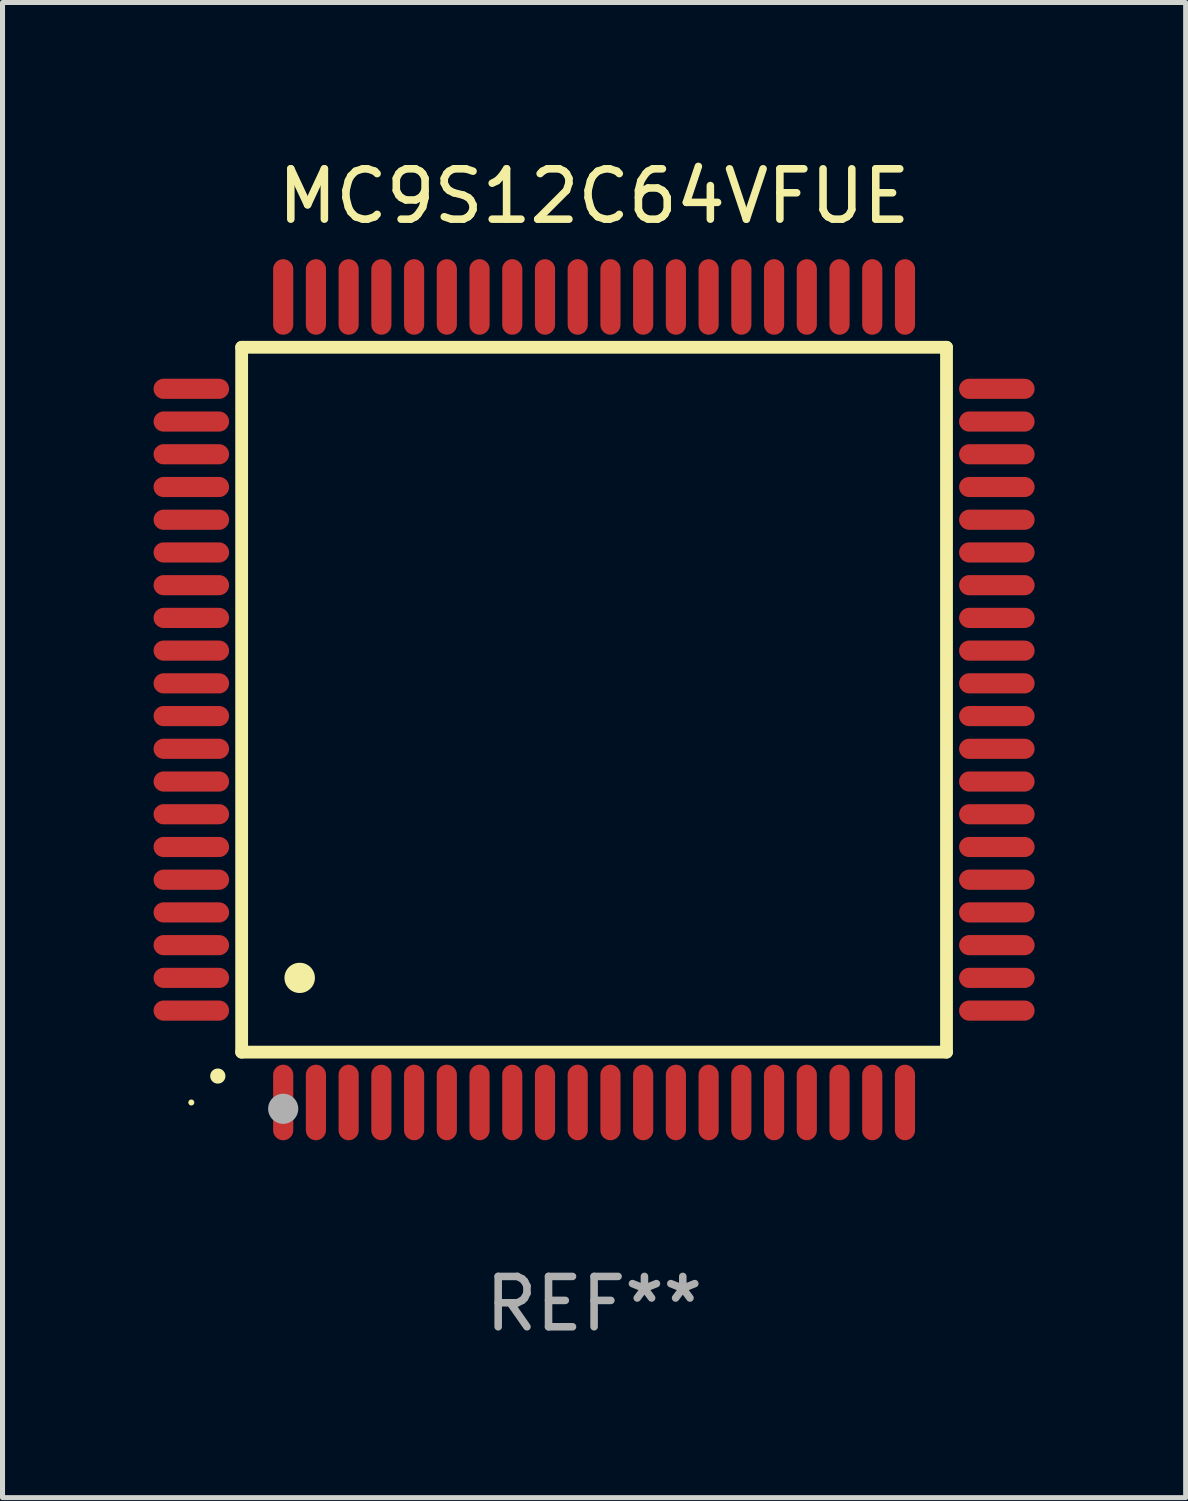
<source format=kicad_pcb>
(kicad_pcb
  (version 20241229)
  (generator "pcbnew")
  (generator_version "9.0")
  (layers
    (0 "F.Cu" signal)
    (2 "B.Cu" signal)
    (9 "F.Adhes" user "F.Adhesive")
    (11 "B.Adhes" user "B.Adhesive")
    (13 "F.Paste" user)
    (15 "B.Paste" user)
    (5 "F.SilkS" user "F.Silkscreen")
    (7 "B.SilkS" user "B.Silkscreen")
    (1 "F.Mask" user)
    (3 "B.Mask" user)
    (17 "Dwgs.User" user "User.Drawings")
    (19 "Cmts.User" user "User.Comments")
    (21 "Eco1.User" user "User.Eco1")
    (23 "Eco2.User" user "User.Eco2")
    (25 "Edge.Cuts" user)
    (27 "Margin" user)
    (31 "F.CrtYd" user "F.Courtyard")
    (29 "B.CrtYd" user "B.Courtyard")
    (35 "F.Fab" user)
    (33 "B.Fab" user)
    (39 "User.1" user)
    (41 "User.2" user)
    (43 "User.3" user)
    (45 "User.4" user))
  (footprint "MC9S12C64VFUE"
    (layer "F.Cu")
    (at 8.75 10.848)
    (property "Reference" "MC9S12C64VFUE" (at 0 -10 0) (layer "F.SilkS") (effects (font (size 1 1) (thickness 0.15))))
    (attr through_hole)
    (fp_line (start -7 -7) (end -7 7) (stroke (width 0.254) (type solid)) (layer "F.SilkS"))
    (fp_line (start -7 -7) (end 7 -7) (stroke (width 0.254) (type solid)) (layer "F.SilkS"))
    (fp_line (start -7 7) (end 7 7) (stroke (width 0.254) (type solid)) (layer "F.SilkS"))
    (fp_line (start 7 -7) (end 7 7) (stroke (width 0.254) (type solid)) (layer "F.SilkS"))
    (fp_arc (start -7.475006 7.475006) (mid -7.473736 7.475001) (end -7.472466 7.475006) (stroke (width 0.3) (type solid)) (layer "F.SilkS"))
    (fp_arc (start -5.850013 5.525019) (mid -5.847473 5.525008) (end -5.844933 5.525019) (stroke (width 0.6) (type solid)) (layer "F.SilkS"))
    (fp_circle (center -8 8) (end -7.97 8) (stroke (width 0.06) (type solid)) (fill no) (layer "F.SilkS"))
    (fp_circle (center -6.175 8.125) (end -6.025 8.125) (stroke (width 0.3) (type solid)) (fill no) (layer "F.Fab"))
    (fp_text user "REF**" (at 0 12 0) (layer "F.Fab") (effects (font (size 1 1) (thickness 0.15))))
    (pad "1" smd oval (at -6.175 8 180) (size 0.4 1.5) (layers "F.Cu" "F.Mask" "F.Paste"))
    (pad "2" smd oval (at -5.525 8 180) (size 0.4 1.5) (layers "F.Cu" "F.Mask" "F.Paste"))
    (pad "3" smd oval (at -4.875 8 180) (size 0.4 1.5) (layers "F.Cu" "F.Mask" "F.Paste"))
    (pad "4" smd oval (at -4.225 8 180) (size 0.4 1.5) (layers "F.Cu" "F.Mask" "F.Paste"))
    (pad "5" smd oval (at -3.575 8 180) (size 0.4 1.5) (layers "F.Cu" "F.Mask" "F.Paste"))
    (pad "6" smd oval (at -2.925 8 180) (size 0.4 1.5) (layers "F.Cu" "F.Mask" "F.Paste"))
    (pad "7" smd oval (at -2.275 8 180) (size 0.4 1.5) (layers "F.Cu" "F.Mask" "F.Paste"))
    (pad "8" smd oval (at -1.625 8 180) (size 0.4 1.5) (layers "F.Cu" "F.Mask" "F.Paste"))
    (pad "9" smd oval (at -0.975 8 180) (size 0.4 1.5) (layers "F.Cu" "F.Mask" "F.Paste"))
    (pad "10" smd oval (at -0.325 8 180) (size 0.4 1.5) (layers "F.Cu" "F.Mask" "F.Paste"))
    (pad "11" smd oval (at 0.325 8 180) (size 0.4 1.5) (layers "F.Cu" "F.Mask" "F.Paste"))
    (pad "12" smd oval (at 0.975 8 180) (size 0.4 1.5) (layers "F.Cu" "F.Mask" "F.Paste"))
    (pad "13" smd oval (at 1.625 8 180) (size 0.4 1.5) (layers "F.Cu" "F.Mask" "F.Paste"))
    (pad "14" smd oval (at 2.275 8 180) (size 0.4 1.5) (layers "F.Cu" "F.Mask" "F.Paste"))
    (pad "15" smd oval (at 2.925 8 180) (size 0.4 1.5) (layers "F.Cu" "F.Mask" "F.Paste"))
    (pad "16" smd oval (at 3.575 8 180) (size 0.4 1.5) (layers "F.Cu" "F.Mask" "F.Paste"))
    (pad "17" smd oval (at 4.225 8 180) (size 0.4 1.5) (layers "F.Cu" "F.Mask" "F.Paste"))
    (pad "18" smd oval (at 4.875 8 180) (size 0.4 1.5) (layers "F.Cu" "F.Mask" "F.Paste"))
    (pad "19" smd oval (at 5.525 8 180) (size 0.4 1.5) (layers "F.Cu" "F.Mask" "F.Paste"))
    (pad "20" smd oval (at 6.175 8) (size 0.4 1.5) (layers "F.Cu" "F.Mask" "F.Paste"))
    (pad "21" smd oval (at 8 6.175 270) (size 0.4 1.5) (layers "F.Cu" "F.Mask" "F.Paste"))
    (pad "22" smd oval (at 8 5.525 90) (size 0.4 1.5) (layers "F.Cu" "F.Mask" "F.Paste"))
    (pad "23" smd oval (at 8 4.875 90) (size 0.4 1.5) (layers "F.Cu" "F.Mask" "F.Paste"))
    (pad "24" smd oval (at 8 4.225 90) (size 0.4 1.5) (layers "F.Cu" "F.Mask" "F.Paste"))
    (pad "25" smd oval (at 8 3.575 90) (size 0.4 1.5) (layers "F.Cu" "F.Mask" "F.Paste"))
    (pad "26" smd oval (at 8 2.925 90) (size 0.4 1.5) (layers "F.Cu" "F.Mask" "F.Paste"))
    (pad "27" smd oval (at 8 2.275 90) (size 0.4 1.5) (layers "F.Cu" "F.Mask" "F.Paste"))
    (pad "28" smd oval (at 8 1.625 90) (size 0.4 1.5) (layers "F.Cu" "F.Mask" "F.Paste"))
    (pad "29" smd oval (at 8 0.975 90) (size 0.4 1.5) (layers "F.Cu" "F.Mask" "F.Paste"))
    (pad "30" smd oval (at 8 0.325 90) (size 0.4 1.5) (layers "F.Cu" "F.Mask" "F.Paste"))
    (pad "31" smd oval (at 8 -0.325 90) (size 0.4 1.5) (layers "F.Cu" "F.Mask" "F.Paste"))
    (pad "32" smd oval (at 8 -0.975 90) (size 0.4 1.5) (layers "F.Cu" "F.Mask" "F.Paste"))
    (pad "33" smd oval (at 8 -1.625 90) (size 0.4 1.5) (layers "F.Cu" "F.Mask" "F.Paste"))
    (pad "34" smd oval (at 8 -2.275 90) (size 0.4 1.5) (layers "F.Cu" "F.Mask" "F.Paste"))
    (pad "35" smd oval (at 8 -2.925 90) (size 0.4 1.5) (layers "F.Cu" "F.Mask" "F.Paste"))
    (pad "36" smd oval (at 8 -3.575 90) (size 0.4 1.5) (layers "F.Cu" "F.Mask" "F.Paste"))
    (pad "37" smd oval (at 8 -4.225 90) (size 0.4 1.5) (layers "F.Cu" "F.Mask" "F.Paste"))
    (pad "38" smd oval (at 8 -4.875 90) (size 0.4 1.5) (layers "F.Cu" "F.Mask" "F.Paste"))
    (pad "39" smd oval (at 8 -5.525 90) (size 0.4 1.5) (layers "F.Cu" "F.Mask" "F.Paste"))
    (pad "40" smd oval (at 8 -6.175 90) (size 0.4 1.5) (layers "F.Cu" "F.Mask" "F.Paste"))
    (pad "41" smd oval (at 6.175 -8) (size 0.4 1.5) (layers "F.Cu" "F.Mask" "F.Paste"))
    (pad "42" smd oval (at 5.525 -8 180) (size 0.4 1.5) (layers "F.Cu" "F.Mask" "F.Paste"))
    (pad "43" smd oval (at 4.875 -8 180) (size 0.4 1.5) (layers "F.Cu" "F.Mask" "F.Paste"))
    (pad "44" smd oval (at 4.225 -8 180) (size 0.4 1.5) (layers "F.Cu" "F.Mask" "F.Paste"))
    (pad "45" smd oval (at 3.575 -8 180) (size 0.4 1.5) (layers "F.Cu" "F.Mask" "F.Paste"))
    (pad "46" smd oval (at 2.925 -8 180) (size 0.4 1.5) (layers "F.Cu" "F.Mask" "F.Paste"))
    (pad "47" smd oval (at 2.275 -8 180) (size 0.4 1.5) (layers "F.Cu" "F.Mask" "F.Paste"))
    (pad "48" smd oval (at 1.625 -8 180) (size 0.4 1.5) (layers "F.Cu" "F.Mask" "F.Paste"))
    (pad "49" smd oval (at 0.975 -8 180) (size 0.4 1.5) (layers "F.Cu" "F.Mask" "F.Paste"))
    (pad "50" smd oval (at 0.325 -8 180) (size 0.4 1.5) (layers "F.Cu" "F.Mask" "F.Paste"))
    (pad "51" smd oval (at -0.325 -8 180) (size 0.4 1.5) (layers "F.Cu" "F.Mask" "F.Paste"))
    (pad "52" smd oval (at -0.975 -8 180) (size 0.4 1.5) (layers "F.Cu" "F.Mask" "F.Paste"))
    (pad "53" smd oval (at -1.625 -8 180) (size 0.4 1.5) (layers "F.Cu" "F.Mask" "F.Paste"))
    (pad "54" smd oval (at -2.275 -8 180) (size 0.4 1.5) (layers "F.Cu" "F.Mask" "F.Paste"))
    (pad "55" smd oval (at -2.925 -8 180) (size 0.4 1.5) (layers "F.Cu" "F.Mask" "F.Paste"))
    (pad "56" smd oval (at -3.575 -8 180) (size 0.4 1.5) (layers "F.Cu" "F.Mask" "F.Paste"))
    (pad "57" smd oval (at -4.225 -8 180) (size 0.4 1.5) (layers "F.Cu" "F.Mask" "F.Paste"))
    (pad "58" smd oval (at -4.875 -8 180) (size 0.4 1.5) (layers "F.Cu" "F.Mask" "F.Paste"))
    (pad "59" smd oval (at -5.525 -8 180) (size 0.4 1.5) (layers "F.Cu" "F.Mask" "F.Paste"))
    (pad "60" smd oval (at -6.175 -8 180) (size 0.4 1.5) (layers "F.Cu" "F.Mask" "F.Paste"))
    (pad "61" smd oval (at -8 -6.175 90) (size 0.4 1.5) (layers "F.Cu" "F.Mask" "F.Paste"))
    (pad "62" smd oval (at -8 -5.525 90) (size 0.4 1.5) (layers "F.Cu" "F.Mask" "F.Paste"))
    (pad "63" smd oval (at -8 -4.875 90) (size 0.4 1.5) (layers "F.Cu" "F.Mask" "F.Paste"))
    (pad "64" smd oval (at -8 -4.225 90) (size 0.4 1.5) (layers "F.Cu" "F.Mask" "F.Paste"))
    (pad "65" smd oval (at -8 -3.575 90) (size 0.4 1.5) (layers "F.Cu" "F.Mask" "F.Paste"))
    (pad "66" smd oval (at -8 -2.925 90) (size 0.4 1.5) (layers "F.Cu" "F.Mask" "F.Paste"))
    (pad "67" smd oval (at -8 -2.275 90) (size 0.4 1.5) (layers "F.Cu" "F.Mask" "F.Paste"))
    (pad "68" smd oval (at -8 -1.625 90) (size 0.4 1.5) (layers "F.Cu" "F.Mask" "F.Paste"))
    (pad "69" smd oval (at -8 -0.975 90) (size 0.4 1.5) (layers "F.Cu" "F.Mask" "F.Paste"))
    (pad "70" smd oval (at -8 -0.325 90) (size 0.4 1.5) (layers "F.Cu" "F.Mask" "F.Paste"))
    (pad "71" smd oval (at -8 0.325 90) (size 0.4 1.5) (layers "F.Cu" "F.Mask" "F.Paste"))
    (pad "72" smd oval (at -8 0.975 90) (size 0.4 1.5) (layers "F.Cu" "F.Mask" "F.Paste"))
    (pad "73" smd oval (at -8 1.625 90) (size 0.4 1.5) (layers "F.Cu" "F.Mask" "F.Paste"))
    (pad "74" smd oval (at -8 2.275 90) (size 0.4 1.5) (layers "F.Cu" "F.Mask" "F.Paste"))
    (pad "75" smd oval (at -8 2.925 90) (size 0.4 1.5) (layers "F.Cu" "F.Mask" "F.Paste"))
    (pad "76" smd oval (at -8 3.575 90) (size 0.4 1.5) (layers "F.Cu" "F.Mask" "F.Paste"))
    (pad "77" smd oval (at -8 4.225 90) (size 0.4 1.5) (layers "F.Cu" "F.Mask" "F.Paste"))
    (pad "78" smd oval (at -8 4.875 90) (size 0.4 1.5) (layers "F.Cu" "F.Mask" "F.Paste"))
    (pad "79" smd oval (at -8 5.525 90) (size 0.4 1.5) (layers "F.Cu" "F.Mask" "F.Paste"))
    (pad "80" smd oval (at -8 6.175 270) (size 0.4 1.5) (layers "F.Cu" "F.Mask" "F.Paste")))
  (gr_rect
    (start -3 -3)
    (end 20.5 26.697)
    (stroke (width 0.1) (type default))
    (fill no)
    (layer "Edge.Cuts")))
</source>
